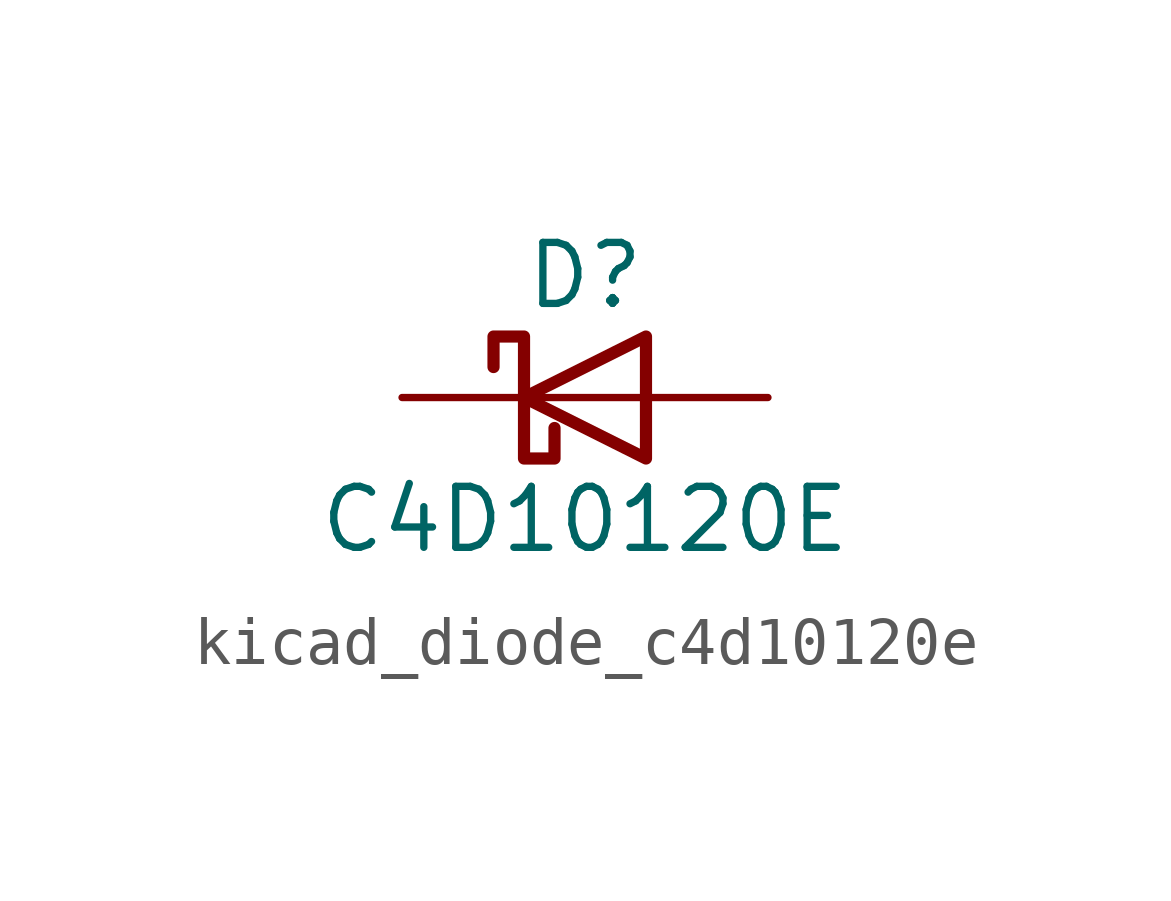
<source format=kicad_sym>
(kicad_symbol_lib
  (version 20220914)
  (generator kicad_symbol_editor)
  (symbol "kicad_diode_c4d10120e"
    (pin_numbers hide)
    (pin_names
      (offset 1.016) hide)
    (property "Reference" "D"
      (at 0 2.54 0)
      (effects (font (size 1.27 1.27))))
    (property "Value" "C4D10120E"
      (at 0 -2.54 0)
      (effects (font (size 1.27 1.27))))
    (symbol "kicad_diode_c4d10120e_0_1"
      (polyline (pts (xy 1.27 0) (xy -1.27 0)) (stroke (width 0) (type default)) (fill (type none)))
      (polyline (pts (xy 1.27 1.27) (xy 1.27 -1.27) (xy -1.27 0) (xy 1.27 1.27)) (stroke (width 0.254) (type default)) (fill (type none)))
      (polyline (pts (xy -1.905 0.635) (xy -1.905 1.27) (xy -1.27 1.27) (xy -1.27 -1.27) (xy -0.635 -1.27) (xy -0.635 -0.635)) (stroke (width 0.254) (type default)) (fill (type none))))
    (symbol "kicad_diode_c4d10120e_1_1"
      (pin passive line (at -3.81 0 0) (length 2.54) (name "K" (effects (font (size 1.27 1.27)))) (number "1" (effects (font (size 1.27 1.27)))))
      (pin passive line (at 3.81 0 180) (length 2.54) (name "A" (effects (font (size 1.27 1.27)))) (number "2" (effects (font (size 1.27 1.27))))))))
</source>
